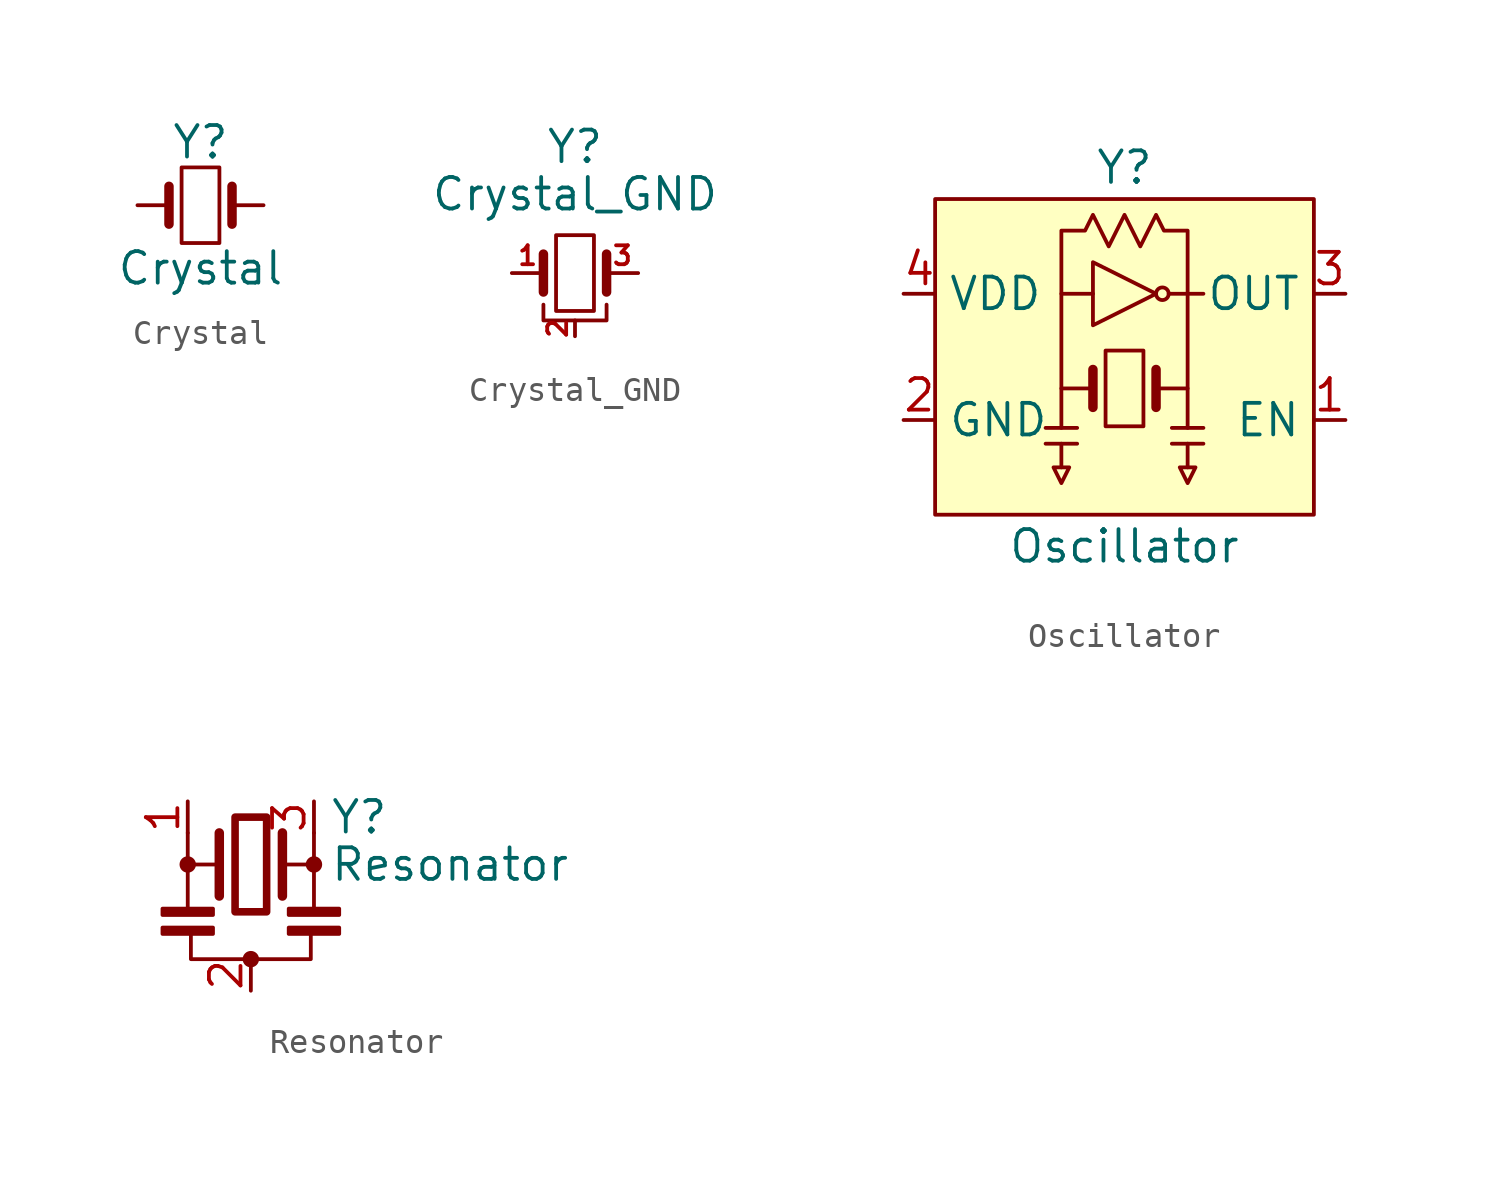
<source format=kicad_sym>
(kicad_symbol_lib
  (version 20241209)
  (generator "kicad_symbol_editor")
  (generator_version "9.0")
  (symbol "Crystal"
    (pin_numbers
      (hide yes))
    (pin_names
      (offset 1.016)
      (hide yes))
    (property "Reference" "Y"
      (at 0 2.54 0)
      (effects (font (size 1.27 1.27))))
    (property "Value" "Crystal"
      (at 0 -2.54 0)
      (effects (font (size 1.27 1.27))))
    (symbol "Crystal_0_1"
      (polyline (pts (xy -1.27 -0.762) (xy -1.27 0.762)) (stroke (width 0.381) (type default)) (fill (type none)))
      (rectangle (start -0.762 -1.524) (end 0.762 1.524) (stroke (width 0) (type default)) (fill (type none)))
      (polyline (pts (xy 1.27 -0.762) (xy 1.27 0.762)) (stroke (width 0.381) (type default)) (fill (type none))))
    (symbol "Crystal_1_1"
      (pin passive line (at -2.54 0 0) (length 1.27) (name "1" (effects (font (size 1.27 1.27)))) (number "1" (effects (font (size 1.27 1.27)))))
      (pin passive line (at 2.54 0 180) (length 1.27) (name "2" (effects (font (size 1.27 1.27)))) (number "2" (effects (font (size 1.27 1.27)))))))
  (symbol "Crystal_GND"
    (pin_names
      (offset 1.016)
      (hide yes))
    (property "Reference" "Y"
      (at 0 5.08 0)
      (effects (font (size 1.27 1.27))))
    (property "Value" "Crystal_GND"
      (at 0 3.175 0)
      (effects (font (size 1.27 1.27))))
    (symbol "Crystal_GND_0_1"
      (polyline (pts (xy -1.27 -0.762) (xy -1.27 0.762)) (stroke (width 0.381) (type default)) (fill (type none)))
      (polyline (pts (xy -1.27 -1.27) (xy -1.27 -1.905) (xy 1.27 -1.905) (xy 1.27 -1.27)) (stroke (width 0) (type default)) (fill (type none)))
      (rectangle (start -0.762 -1.524) (end 0.762 1.524) (stroke (width 0) (type default)) (fill (type none)))
      (polyline (pts (xy 1.27 -0.762) (xy 1.27 0.762)) (stroke (width 0.381) (type default)) (fill (type none))))
    (symbol "Crystal_GND_1_1"
      (pin passive line (at -2.54 0 0) (length 1.27) (name "1" (effects (font (size 1.27 1.27)))) (number "1" (effects (font (size 0.762 0.762)))))
      (pin passive line (at 0 -2.54 90) (length 0.635) (name "2" (effects (font (size 1.27 1.27)))) (number "2" (effects (font (size 0.762 0.762)))))
      (pin passive line (at 2.54 0 180) (length 1.27) (name "3" (effects (font (size 1.27 1.27)))) (number "3" (effects (font (size 0.762 0.762)))))))
  (symbol "Oscillator"
    (property "Reference" "Y"
      (at 0 7.62 0)
      (effects (font (size 1.27 1.27))))
    (property "Value" "Oscillator"
      (at 0 -7.62 0)
      (effects (font (size 1.27 1.27))))
    (symbol "Oscillator_0_1"
      (polyline (pts (xy -3.175 -2.857) (xy -1.905 -2.857)) (stroke (width 0) (type default)) (fill (type none)))
      (polyline (pts (xy -2.857 -4.445) (xy -2.223 -4.445) (xy -2.54 -5.08) (xy -2.857 -4.445)) (stroke (width 0) (type default)) (fill (type none)))
      (polyline (pts (xy -2.54 2.54) (xy -2.54 5.08) (xy -1.587 5.08) (xy -1.27 5.715) (xy -0.635 4.445) (xy 0 5.715) (xy 0.635 4.445) (xy 1.27 5.715) (xy 1.587 5.08) (xy 2.54 5.08) (xy 2.54 2.54)) (stroke (width 0) (type default)) (fill (type none)))
      (polyline (pts (xy -2.54 -1.27) (xy -2.54 -2.857)) (stroke (width 0) (type default)) (fill (type none)))
      (polyline (pts (xy -2.54 -4.445) (xy -2.54 -3.493)) (stroke (width 0) (type default)) (fill (type none)))
      (polyline (pts (xy -1.905 -3.493) (xy -3.175 -3.493)) (stroke (width 0) (type default)) (fill (type none)))
      (polyline (pts (xy -1.27 1.27) (xy -1.27 3.81) (xy 1.27 2.54) (xy -1.27 1.27)) (stroke (width 0) (type default)) (fill (type none)))
      (polyline (pts (xy -1.27 -1.27) (xy -2.54 -1.27) (xy -2.54 2.54) (xy -1.27 2.54)) (stroke (width 0) (type default)) (fill (type none)))
      (polyline (pts (xy -1.27 -2.032) (xy -1.27 -0.508)) (stroke (width 0.381) (type default)) (fill (type none)))
      (rectangle (start -0.762 0.254) (end 0.762 -2.794) (stroke (width 0) (type default)) (fill (type none)))
      (polyline (pts (xy 1.27 -2.032) (xy 1.27 -0.508)) (stroke (width 0.381) (type default)) (fill (type none)))
      (circle (center 1.524 2.54) (radius 0.254) (stroke (width 0) (type default)) (fill (type none)))
      (polyline (pts (xy 1.778 2.54) (xy 2.54 2.54) (xy 2.54 -1.27) (xy 1.27 -1.27)) (stroke (width 0) (type default)) (fill (type none)))
      (polyline (pts (xy 1.905 -2.857) (xy 3.175 -2.857)) (stroke (width 0) (type default)) (fill (type none)))
      (polyline (pts (xy 2.223 -4.445) (xy 2.857 -4.445) (xy 2.54 -5.08) (xy 2.223 -4.445)) (stroke (width 0) (type default)) (fill (type none)))
      (polyline (pts (xy 2.54 2.54) (xy 3.175 2.54)) (stroke (width 0) (type default)) (fill (type none)))
      (polyline (pts (xy 2.54 -1.27) (xy 2.54 -2.857)) (stroke (width 0) (type default)) (fill (type none)))
      (polyline (pts (xy 2.54 -4.445) (xy 2.54 -3.493)) (stroke (width 0) (type default)) (fill (type none)))
      (polyline (pts (xy 3.175 -3.493) (xy 1.905 -3.493)) (stroke (width 0) (type default)) (fill (type none))))
    (symbol "Oscillator_1_1"
      (rectangle (start -7.62 6.35) (end 7.62 -6.35) (stroke (width 0) (type default)) (fill (type background)))
      (pin passive line (at -8.89 2.54 0) (length 1.27) (name "VDD" (effects (font (size 1.27 1.27)))) (number "4" (effects (font (size 1.27 1.27)))))
      (pin passive line (at -8.89 -2.54 0) (length 1.27) (name "GND" (effects (font (size 1.27 1.27)))) (number "2" (effects (font (size 1.27 1.27)))))
      (pin passive line (at 8.89 2.54 180) (length 1.27) (name "OUT" (effects (font (size 1.27 1.27)))) (number "3" (effects (font (size 1.27 1.27)))))
      (pin passive line (at 8.89 -2.54 180) (length 1.27) (name "EN" (effects (font (size 1.27 1.27)))) (number "1" (effects (font (size 1.27 1.27)))))))
  (symbol "Resonator"
    (pin_names
      (offset 1.016)
      (hide yes))
    (property "Reference" "Y"
      (at 3.175 1.905 0)
      (effects (font (size 1.27 1.27)) (justify left)))
    (property "Value" "Resonator"
      (at 3.175 0 0)
      (effects (font (size 1.27 1.27)) (justify left)))
    (symbol "Resonator_0_1"
      (rectangle (start -3.556 -1.778) (end -1.524 -2.032) (stroke (width 0) (type default)) (fill (type outline)))
      (rectangle (start -3.556 -2.54) (end -1.524 -2.794) (stroke (width 0) (type default)) (fill (type outline)))
      (polyline (pts (xy -2.54 1.27) (xy -2.54 0)) (stroke (width 0) (type default)) (fill (type none)))
      (circle (center -2.54 0) (radius 0.254) (stroke (width 0) (type default)) (fill (type outline)))
      (polyline (pts (xy -2.54 0) (xy -1.397 0)) (stroke (width 0) (type default)) (fill (type none)))
      (polyline (pts (xy -2.54 -1.778) (xy -2.54 0)) (stroke (width 0) (type default)) (fill (type none)))
      (polyline (pts (xy -1.27 -1.27) (xy -1.27 1.27)) (stroke (width 0.381) (type default)) (fill (type none)))
      (rectangle (start -0.635 1.905) (end 0.635 -1.905) (stroke (width 0.305) (type default)) (fill (type none)))
      (circle (center 0 -3.81) (radius 0.254) (stroke (width 0) (type default)) (fill (type outline)))
      (polyline (pts (xy 1.27 0) (xy 2.54 0)) (stroke (width 0) (type default)) (fill (type none)))
      (polyline (pts (xy 1.27 -1.27) (xy 1.27 1.27)) (stroke (width 0.381) (type default)) (fill (type none)))
      (rectangle (start 1.524 -1.778) (end 3.556 -2.032) (stroke (width 0) (type default)) (fill (type outline)))
      (rectangle (start 1.524 -2.54) (end 3.556 -2.794) (stroke (width 0) (type default)) (fill (type outline)))
      (polyline (pts (xy 2.413 -2.794) (xy 2.413 -3.81) (xy -2.413 -3.81) (xy -2.413 -2.667)) (stroke (width 0) (type default)) (fill (type none)))
      (polyline (pts (xy 2.54 1.27) (xy 2.54 0)) (stroke (width 0) (type default)) (fill (type none)))
      (polyline (pts (xy 2.54 0) (xy 2.54 -1.778)) (stroke (width 0) (type default)) (fill (type none)))
      (circle (center 2.54 0) (radius 0.254) (stroke (width 0) (type default)) (fill (type outline))))
    (symbol "Resonator_1_1"
      (pin passive line (at -2.54 2.54 270) (length 1.27) (name "1" (effects (font (size 1.27 1.27)))) (number "1" (effects (font (size 1.27 1.27)))))
      (pin passive line (at 0 -5.08 90) (length 1.27) (name "2" (effects (font (size 1.27 1.27)))) (number "2" (effects (font (size 1.27 1.27)))))
      (pin passive line (at 2.54 2.54 270) (length 1.27) (name "3" (effects (font (size 1.27 1.27)))) (number "3" (effects (font (size 1.27 1.27))))))))
</source>
